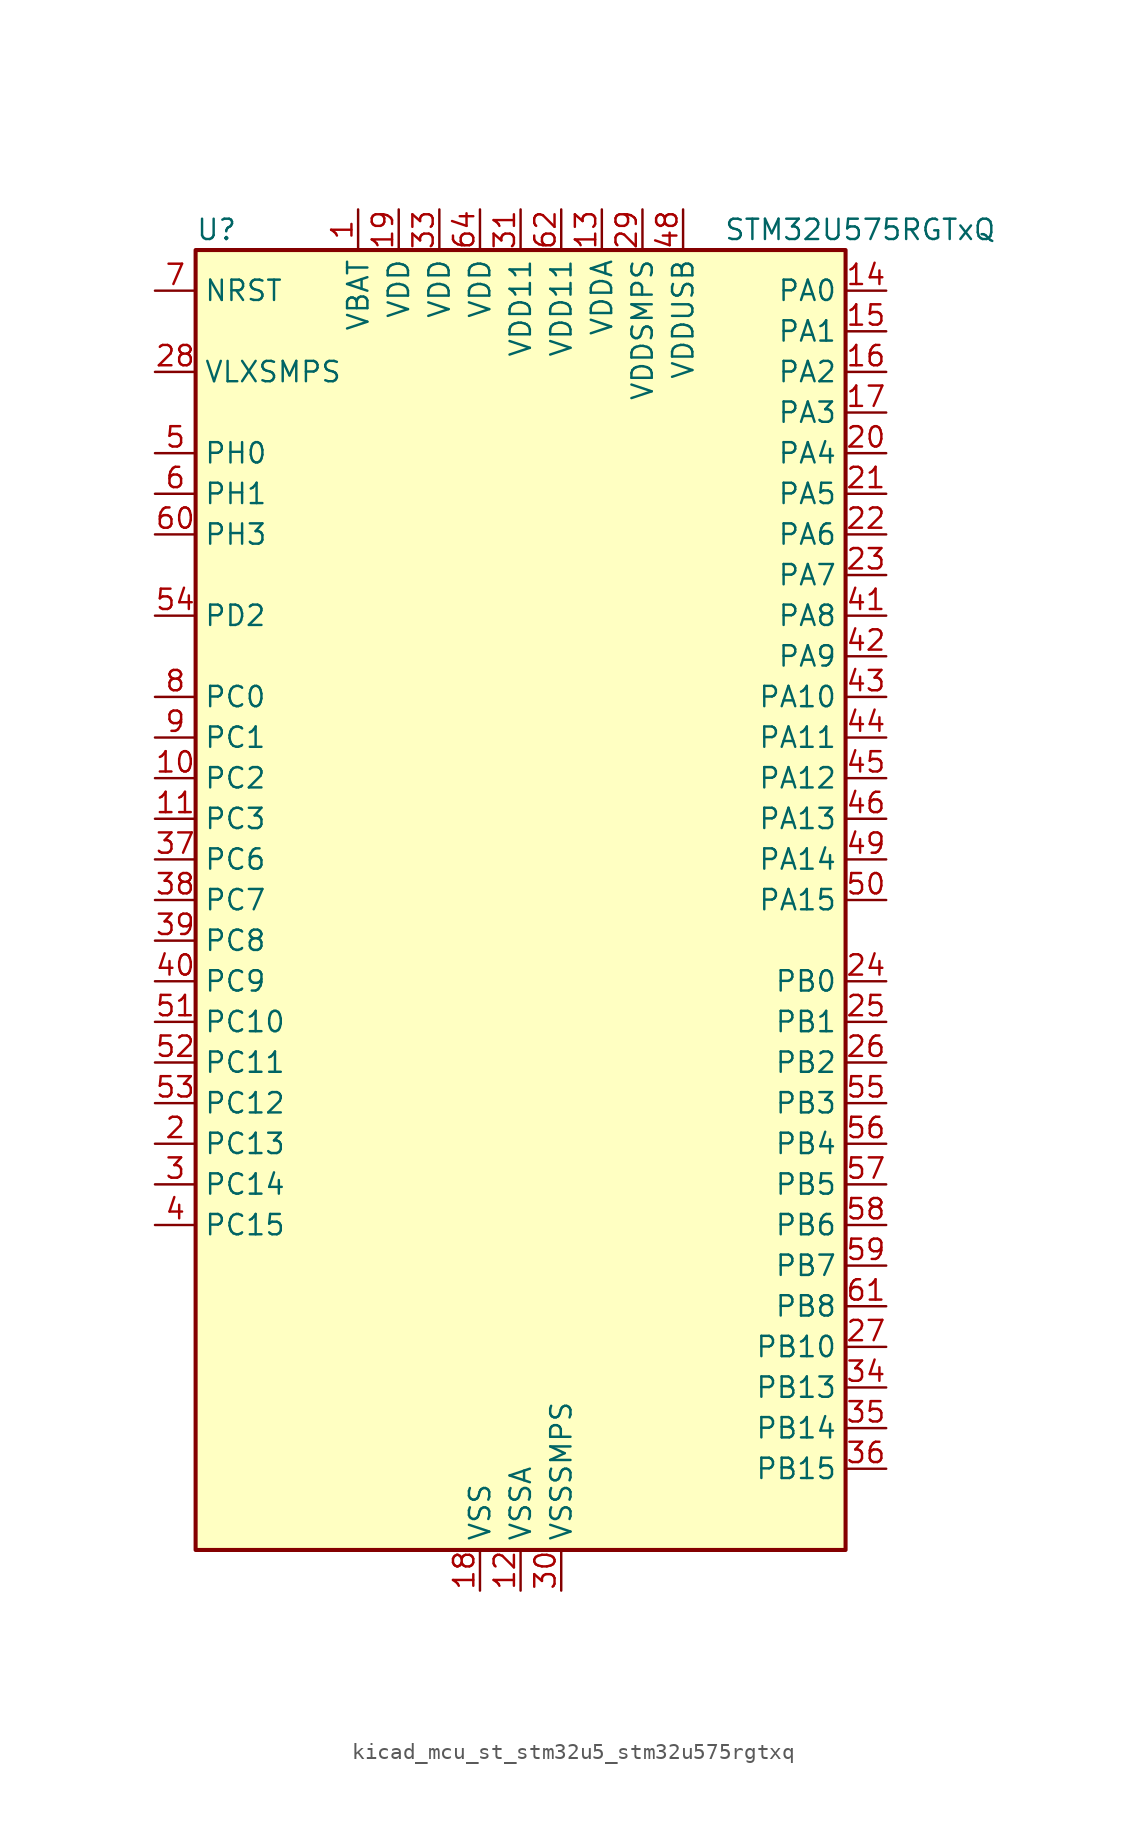
<source format=kicad_sym>
(kicad_symbol_lib
  (version 20220914)
  (generator kicad_symbol_editor)
  (symbol "kicad_mcu_st_stm32u5_stm32u575rgtxq"
    (property "Reference" "U"
      (at -20.32 41.91 0)
      (effects (font (size 1.27 1.27)) (justify left)))
    (property "Value" "STM32U575RGTxQ"
      (at 12.7 41.91 0)
      (effects (font (size 1.27 1.27)) (justify left)))
    (property "ki_locked" ""
      (at 0 0 0)
      (effects (font (size 1.27 1.27))))
    (symbol "kicad_mcu_st_stm32u5_stm32u575rgtxq_0_1"
      (rectangle (start -20.32 -40.64) (end 20.32 40.64) (stroke (width 0.254) (type default)) (fill (type background))))
    (symbol "kicad_mcu_st_stm32u5_stm32u575rgtxq_1_1"
      (pin power_in line (at -10.16 43.18 270) (length 2.54) (name "VBAT" (effects (font (size 1.27 1.27)))) (number "1" (effects (font (size 1.27 1.27)))))
      (pin bidirectional line (at -22.86 7.62 0) (length 2.54) (name "PC2" (effects (font (size 1.27 1.27)))) (number "10" (effects (font (size 1.27 1.27)))) (alternate "ADC1_IN3" bidirectional line) (alternate "ADC4_IN3" bidirectional line) (alternate "LPTIM1_IN2" bidirectional line) (alternate "MDF1_CCK1" bidirectional line) (alternate "OCTOSPIM_P1_IO5" bidirectional line) (alternate "SPI2_MISO" bidirectional line))
      (pin bidirectional line (at -22.86 5.08 0) (length 2.54) (name "PC3" (effects (font (size 1.27 1.27)))) (number "11" (effects (font (size 1.27 1.27)))) (alternate "ADC1_IN4" bidirectional line) (alternate "ADC4_IN4" bidirectional line) (alternate "LPTIM1_ETR" bidirectional line) (alternate "LPTIM2_ETR" bidirectional line) (alternate "LPTIM3_CH1" bidirectional line) (alternate "OCTOSPIM_P1_IO6" bidirectional line) (alternate "SAI1_D1" bidirectional line) (alternate "SAI1_SD_A" bidirectional line) (alternate "SPI2_MOSI" bidirectional line))
      (pin power_in line (at 0 -43.18 90) (length 2.54) (name "VSSA" (effects (font (size 1.27 1.27)))) (number "12" (effects (font (size 1.27 1.27)))))
      (pin power_in line (at 5.08 43.18 270) (length 2.54) (name "VDDA" (effects (font (size 1.27 1.27)))) (number "13" (effects (font (size 1.27 1.27)))))
      (pin bidirectional line (at 22.86 38.1 180) (length 2.54) (name "PA0" (effects (font (size 1.27 1.27)))) (number "14" (effects (font (size 1.27 1.27)))) (alternate "ADC1_IN5" bidirectional line) (alternate "AUDIOCLK" bidirectional line) (alternate "OCTOSPIM_P2_NCS" bidirectional line) (alternate "OPAMP1_VINP" bidirectional line) (alternate "PWR_WKUP1" bidirectional line) (alternate "SDMMC2_CMD" bidirectional line) (alternate "SPI3_RDY" bidirectional line) (alternate "TAMP_IN2" bidirectional line) (alternate "TAMP_OUT1" bidirectional line) (alternate "TIM2_CH1" bidirectional line) (alternate "TIM2_ETR" bidirectional line) (alternate "TIM5_CH1" bidirectional line) (alternate "TIM8_ETR" bidirectional line) (alternate "UART4_TX" bidirectional line) (alternate "USART2_CTS" bidirectional line))
      (pin bidirectional line (at 22.86 35.56 180) (length 2.54) (name "PA1" (effects (font (size 1.27 1.27)))) (number "15" (effects (font (size 1.27 1.27)))) (alternate "ADC1_IN6" bidirectional line) (alternate "I2C1_SMBA" bidirectional line) (alternate "LPTIM1_CH2" bidirectional line) (alternate "OCTOSPIM_P1_DQS" bidirectional line) (alternate "OPAMP1_VINM" bidirectional line) (alternate "PWR_WKUP3" bidirectional line) (alternate "SPI1_SCK" bidirectional line) (alternate "TAMP_IN5" bidirectional line) (alternate "TAMP_OUT4" bidirectional line) (alternate "TIM15_CH1N" bidirectional line) (alternate "TIM2_CH2" bidirectional line) (alternate "TIM5_CH2" bidirectional line) (alternate "UART4_RX" bidirectional line) (alternate "USART2_DE" bidirectional line) (alternate "USART2_RTS" bidirectional line))
      (pin bidirectional line (at 22.86 33.02 180) (length 2.54) (name "PA2" (effects (font (size 1.27 1.27)))) (number "16" (effects (font (size 1.27 1.27)))) (alternate "ADC1_IN7" bidirectional line) (alternate "COMP1_INP" bidirectional line) (alternate "LPUART1_TX" bidirectional line) (alternate "OCTOSPIM_P1_NCS" bidirectional line) (alternate "PWR_WKUP4" bidirectional line) (alternate "RCC_LSCO" bidirectional line) (alternate "SPI1_RDY" bidirectional line) (alternate "TIM15_CH1" bidirectional line) (alternate "TIM2_CH3" bidirectional line) (alternate "TIM5_CH3" bidirectional line) (alternate "UCPD1_FRSTX1" bidirectional line) (alternate "USART2_TX" bidirectional line))
      (pin bidirectional line (at 22.86 30.48 180) (length 2.54) (name "PA3" (effects (font (size 1.27 1.27)))) (number "17" (effects (font (size 1.27 1.27)))) (alternate "ADC1_IN8" bidirectional line) (alternate "LPUART1_RX" bidirectional line) (alternate "OCTOSPIM_P1_CLK" bidirectional line) (alternate "OPAMP1_VOUT" bidirectional line) (alternate "PWR_WKUP5" bidirectional line) (alternate "SAI1_CK1" bidirectional line) (alternate "SAI1_MCLK_A" bidirectional line) (alternate "TIM15_CH2" bidirectional line) (alternate "TIM2_CH4" bidirectional line) (alternate "TIM5_CH4" bidirectional line) (alternate "USART2_RX" bidirectional line))
      (pin power_in line (at -2.54 -43.18 90) (length 2.54) (name "VSS" (effects (font (size 1.27 1.27)))) (number "18" (effects (font (size 1.27 1.27)))))
      (pin power_in line (at -7.62 43.18 270) (length 2.54) (name "VDD" (effects (font (size 1.27 1.27)))) (number "19" (effects (font (size 1.27 1.27)))))
      (pin bidirectional line (at -22.86 -15.24 0) (length 2.54) (name "PC13" (effects (font (size 1.27 1.27)))) (number "2" (effects (font (size 1.27 1.27)))) (alternate "PWR_WKUP2" bidirectional line) (alternate "RTC_OUT1" bidirectional line) (alternate "RTC_TS" bidirectional line) (alternate "TAMP_IN1" bidirectional line) (alternate "TAMP_OUT2" bidirectional line))
      (pin bidirectional line (at 22.86 27.94 180) (length 2.54) (name "PA4" (effects (font (size 1.27 1.27)))) (number "20" (effects (font (size 1.27 1.27)))) (alternate "ADC1_IN9" bidirectional line) (alternate "ADC4_IN9" bidirectional line) (alternate "DAC1_OUT1" bidirectional line) (alternate "LPTIM2_CH1" bidirectional line) (alternate "OCTOSPIM_P1_NCS" bidirectional line) (alternate "PWR_WKUP2" bidirectional line) (alternate "SAI1_FS_B" bidirectional line) (alternate "SPI1_NSS" bidirectional line) (alternate "SPI3_NSS" bidirectional line) (alternate "USART2_CK" bidirectional line))
      (pin bidirectional line (at 22.86 25.4 180) (length 2.54) (name "PA5" (effects (font (size 1.27 1.27)))) (number "21" (effects (font (size 1.27 1.27)))) (alternate "ADC1_IN10" bidirectional line) (alternate "ADC4_IN10" bidirectional line) (alternate "DAC1_OUT2" bidirectional line) (alternate "LPTIM2_ETR" bidirectional line) (alternate "PWR_CSLEEP" bidirectional line) (alternate "PWR_WKUP6" bidirectional line) (alternate "SPI1_SCK" bidirectional line) (alternate "TIM2_CH1" bidirectional line) (alternate "TIM2_ETR" bidirectional line) (alternate "TIM8_CH1N" bidirectional line) (alternate "USART3_RX" bidirectional line))
      (pin bidirectional line (at 22.86 22.86 180) (length 2.54) (name "PA6" (effects (font (size 1.27 1.27)))) (number "22" (effects (font (size 1.27 1.27)))) (alternate "ADC1_IN11" bidirectional line) (alternate "ADC4_IN11" bidirectional line) (alternate "LPUART1_CTS" bidirectional line) (alternate "OCTOSPIM_P1_IO3" bidirectional line) (alternate "OPAMP2_VINP" bidirectional line) (alternate "PWR_CDSTOP" bidirectional line) (alternate "PWR_WKUP7" bidirectional line) (alternate "SPI1_MISO" bidirectional line) (alternate "TIM16_CH1" bidirectional line) (alternate "TIM1_BKIN" bidirectional line) (alternate "TIM3_CH1" bidirectional line) (alternate "TIM8_BKIN" bidirectional line) (alternate "USART3_CTS" bidirectional line))
      (pin bidirectional line (at 22.86 20.32 180) (length 2.54) (name "PA7" (effects (font (size 1.27 1.27)))) (number "23" (effects (font (size 1.27 1.27)))) (alternate "ADC1_IN12" bidirectional line) (alternate "ADC4_IN20" bidirectional line) (alternate "I2C3_SCL" bidirectional line) (alternate "LPTIM2_CH2" bidirectional line) (alternate "OCTOSPIM_P1_IO2" bidirectional line) (alternate "OPAMP2_VINM" bidirectional line) (alternate "PWR_SRDSTOP" bidirectional line) (alternate "PWR_WKUP8" bidirectional line) (alternate "SPI1_MOSI" bidirectional line) (alternate "TIM17_CH1" bidirectional line) (alternate "TIM1_CH1N" bidirectional line) (alternate "TIM3_CH2" bidirectional line) (alternate "TIM8_CH1N" bidirectional line) (alternate "USART3_TX" bidirectional line))
      (pin bidirectional line (at 22.86 -5.08 180) (length 2.54) (name "PB0" (effects (font (size 1.27 1.27)))) (number "24" (effects (font (size 1.27 1.27)))) (alternate "ADC1_IN15" bidirectional line) (alternate "ADC4_IN18" bidirectional line) (alternate "AUDIOCLK" bidirectional line) (alternate "COMP1_OUT" bidirectional line) (alternate "LPTIM3_CH1" bidirectional line) (alternate "OCTOSPIM_P1_IO1" bidirectional line) (alternate "OPAMP2_VOUT" bidirectional line) (alternate "SPI1_NSS" bidirectional line) (alternate "TIM1_CH2N" bidirectional line) (alternate "TIM3_CH3" bidirectional line) (alternate "TIM8_CH2N" bidirectional line) (alternate "USART3_CK" bidirectional line))
      (pin bidirectional line (at 22.86 -7.62 180) (length 2.54) (name "PB1" (effects (font (size 1.27 1.27)))) (number "25" (effects (font (size 1.27 1.27)))) (alternate "ADC1_IN16" bidirectional line) (alternate "ADC4_IN19" bidirectional line) (alternate "COMP1_INM" bidirectional line) (alternate "LPTIM2_IN1" bidirectional line) (alternate "LPTIM3_CH2" bidirectional line) (alternate "LPUART1_DE" bidirectional line) (alternate "LPUART1_RTS" bidirectional line) (alternate "MDF1_SDI0" bidirectional line) (alternate "OCTOSPIM_P1_IO0" bidirectional line) (alternate "PWR_WKUP4" bidirectional line) (alternate "TIM1_CH3N" bidirectional line) (alternate "TIM3_CH4" bidirectional line) (alternate "TIM8_CH3N" bidirectional line) (alternate "USART3_DE" bidirectional line) (alternate "USART3_RTS" bidirectional line))
      (pin bidirectional line (at 22.86 -10.16 180) (length 2.54) (name "PB2" (effects (font (size 1.27 1.27)))) (number "26" (effects (font (size 1.27 1.27)))) (alternate "ADC1_IN17" bidirectional line) (alternate "COMP1_INP" bidirectional line) (alternate "I2C3_SMBA" bidirectional line) (alternate "LPTIM1_CH1" bidirectional line) (alternate "MDF1_CKI0" bidirectional line) (alternate "OCTOSPIM_P1_DQS" bidirectional line) (alternate "PWR_WKUP1" bidirectional line) (alternate "RTC_OUT2" bidirectional line) (alternate "SPI1_RDY" bidirectional line) (alternate "TIM8_CH4N" bidirectional line) (alternate "UCPD1_FRSTX1" bidirectional line))
      (pin bidirectional line (at 22.86 -27.94 180) (length 2.54) (name "PB10" (effects (font (size 1.27 1.27)))) (number "27" (effects (font (size 1.27 1.27)))) (alternate "COMP1_OUT" bidirectional line) (alternate "I2C2_SCL" bidirectional line) (alternate "I2C4_SCL" bidirectional line) (alternate "LPTIM3_CH1" bidirectional line) (alternate "LPUART1_RX" bidirectional line) (alternate "OCTOSPIM_P1_CLK" bidirectional line) (alternate "PWR_WKUP8" bidirectional line) (alternate "SAI1_SCK_A" bidirectional line) (alternate "SPI2_SCK" bidirectional line) (alternate "TIM2_CH3" bidirectional line) (alternate "TSC_SYNC" bidirectional line) (alternate "USART3_TX" bidirectional line))
      (pin power_in line (at -22.86 33.02 0) (length 2.54) (name "VLXSMPS" (effects (font (size 1.27 1.27)))) (number "28" (effects (font (size 1.27 1.27)))))
      (pin power_in line (at 7.62 43.18 270) (length 2.54) (name "VDDSMPS" (effects (font (size 1.27 1.27)))) (number "29" (effects (font (size 1.27 1.27)))))
      (pin bidirectional line (at -22.86 -17.78 0) (length 2.54) (name "PC14" (effects (font (size 1.27 1.27)))) (number "3" (effects (font (size 1.27 1.27)))) (alternate "RCC_OSC32_IN" bidirectional line))
      (pin power_in line (at 2.54 -43.18 90) (length 2.54) (name "VSSSMPS" (effects (font (size 1.27 1.27)))) (number "30" (effects (font (size 1.27 1.27)))))
      (pin power_in line (at 0 43.18 270) (length 2.54) (name "VDD11" (effects (font (size 1.27 1.27)))) (number "31" (effects (font (size 1.27 1.27)))))
      (pin passive line (at -2.54 -43.18 90) (length 2.54) hide (name "VSS" (effects (font (size 1.27 1.27)))) (number "32" (effects (font (size 1.27 1.27)))))
      (pin power_in line (at -5.08 43.18 270) (length 2.54) (name "VDD" (effects (font (size 1.27 1.27)))) (number "33" (effects (font (size 1.27 1.27)))))
      (pin bidirectional line (at 22.86 -30.48 180) (length 2.54) (name "PB13" (effects (font (size 1.27 1.27)))) (number "34" (effects (font (size 1.27 1.27)))) (alternate "I2C2_SCL" bidirectional line) (alternate "LPTIM3_IN1" bidirectional line) (alternate "LPUART1_CTS" bidirectional line) (alternate "MDF1_CKI1" bidirectional line) (alternate "SPI2_SCK" bidirectional line) (alternate "TIM15_CH1N" bidirectional line) (alternate "TIM1_CH1N" bidirectional line) (alternate "TSC_G1_IO2" bidirectional line) (alternate "USART3_CTS" bidirectional line))
      (pin bidirectional line (at 22.86 -33.02 180) (length 2.54) (name "PB14" (effects (font (size 1.27 1.27)))) (number "35" (effects (font (size 1.27 1.27)))) (alternate "I2C2_SDA" bidirectional line) (alternate "LPTIM3_ETR" bidirectional line) (alternate "MDF1_SDI2" bidirectional line) (alternate "SDMMC2_D0" bidirectional line) (alternate "SPI2_MISO" bidirectional line) (alternate "TIM15_CH1" bidirectional line) (alternate "TIM1_CH2N" bidirectional line) (alternate "TIM8_CH2N" bidirectional line) (alternate "TSC_G1_IO3" bidirectional line) (alternate "UCPD1_DBCC2" bidirectional line) (alternate "USART3_DE" bidirectional line) (alternate "USART3_RTS" bidirectional line))
      (pin bidirectional line (at 22.86 -35.56 180) (length 2.54) (name "PB15" (effects (font (size 1.27 1.27)))) (number "36" (effects (font (size 1.27 1.27)))) (alternate "ADC1_EXTI15" bidirectional line) (alternate "ADC4_EXTI15" bidirectional line) (alternate "LPTIM2_IN2" bidirectional line) (alternate "MDF1_CKI2" bidirectional line) (alternate "PWR_WKUP7" bidirectional line) (alternate "RTC_REFIN" bidirectional line) (alternate "SDMMC2_D1" bidirectional line) (alternate "SPI2_MOSI" bidirectional line) (alternate "TIM15_CH2" bidirectional line) (alternate "TIM1_CH3N" bidirectional line) (alternate "TIM8_CH3N" bidirectional line) (alternate "UCPD1_CC2" bidirectional line))
      (pin bidirectional line (at -22.86 2.54 0) (length 2.54) (name "PC6" (effects (font (size 1.27 1.27)))) (number "37" (effects (font (size 1.27 1.27)))) (alternate "MDF1_CKI3" bidirectional line) (alternate "PWR_CSLEEP" bidirectional line) (alternate "SDMMC1_D0DIR" bidirectional line) (alternate "SDMMC1_D6" bidirectional line) (alternate "SDMMC2_D6" bidirectional line) (alternate "TIM3_CH1" bidirectional line) (alternate "TIM8_CH1" bidirectional line) (alternate "TSC_G4_IO1" bidirectional line))
      (pin bidirectional line (at -22.86 0 0) (length 2.54) (name "PC7" (effects (font (size 1.27 1.27)))) (number "38" (effects (font (size 1.27 1.27)))) (alternate "LPTIM2_CH2" bidirectional line) (alternate "MDF1_SDI3" bidirectional line) (alternate "PWR_CDSTOP" bidirectional line) (alternate "SDMMC1_D123DIR" bidirectional line) (alternate "SDMMC1_D7" bidirectional line) (alternate "SDMMC2_D7" bidirectional line) (alternate "TIM3_CH2" bidirectional line) (alternate "TIM8_CH2" bidirectional line) (alternate "TSC_G4_IO2" bidirectional line))
      (pin bidirectional line (at -22.86 -2.54 0) (length 2.54) (name "PC8" (effects (font (size 1.27 1.27)))) (number "39" (effects (font (size 1.27 1.27)))) (alternate "LPTIM3_CH1" bidirectional line) (alternate "PWR_SRDSTOP" bidirectional line) (alternate "SDMMC1_D0" bidirectional line) (alternate "TIM3_CH3" bidirectional line) (alternate "TIM8_CH3" bidirectional line) (alternate "TSC_G4_IO3" bidirectional line))
      (pin bidirectional line (at -22.86 -20.32 0) (length 2.54) (name "PC15" (effects (font (size 1.27 1.27)))) (number "4" (effects (font (size 1.27 1.27)))) (alternate "ADC1_EXTI15" bidirectional line) (alternate "ADC4_EXTI15" bidirectional line) (alternate "RCC_OSC32_OUT" bidirectional line))
      (pin bidirectional line (at -22.86 -5.08 0) (length 2.54) (name "PC9" (effects (font (size 1.27 1.27)))) (number "40" (effects (font (size 1.27 1.27)))) (alternate "DAC1_EXTI9" bidirectional line) (alternate "DEBUG_TRACED0" bidirectional line) (alternate "LPTIM3_CH2" bidirectional line) (alternate "SDMMC1_D1" bidirectional line) (alternate "TIM3_CH4" bidirectional line) (alternate "TIM8_BKIN2" bidirectional line) (alternate "TIM8_CH4" bidirectional line) (alternate "TSC_G4_IO4" bidirectional line) (alternate "USB_OTG_FS_NOE" bidirectional line))
      (pin bidirectional line (at 22.86 17.78 180) (length 2.54) (name "PA8" (effects (font (size 1.27 1.27)))) (number "41" (effects (font (size 1.27 1.27)))) (alternate "DEBUG_TRACECLK" bidirectional line) (alternate "LPTIM2_CH1" bidirectional line) (alternate "RCC_MCO" bidirectional line) (alternate "SAI1_CK2" bidirectional line) (alternate "SAI1_SCK_A" bidirectional line) (alternate "SPI1_RDY" bidirectional line) (alternate "TIM1_CH1" bidirectional line) (alternate "USART1_CK" bidirectional line) (alternate "USB_OTG_FS_SOF" bidirectional line))
      (pin bidirectional line (at 22.86 15.24 180) (length 2.54) (name "PA9" (effects (font (size 1.27 1.27)))) (number "42" (effects (font (size 1.27 1.27)))) (alternate "DAC1_EXTI9" bidirectional line) (alternate "SAI1_FS_A" bidirectional line) (alternate "SPI2_SCK" bidirectional line) (alternate "TIM15_BKIN" bidirectional line) (alternate "TIM1_CH2" bidirectional line) (alternate "USART1_TX" bidirectional line) (alternate "USB_OTG_FS_VBUS" bidirectional line))
      (pin bidirectional line (at 22.86 12.7 180) (length 2.54) (name "PA10" (effects (font (size 1.27 1.27)))) (number "43" (effects (font (size 1.27 1.27)))) (alternate "CRS_SYNC" bidirectional line) (alternate "LPTIM2_IN2" bidirectional line) (alternate "SAI1_D1" bidirectional line) (alternate "SAI1_SD_A" bidirectional line) (alternate "TIM17_BKIN" bidirectional line) (alternate "TIM1_CH3" bidirectional line) (alternate "USART1_RX" bidirectional line) (alternate "USB_OTG_FS_ID" bidirectional line))
      (pin bidirectional line (at 22.86 10.16 180) (length 2.54) (name "PA11" (effects (font (size 1.27 1.27)))) (number "44" (effects (font (size 1.27 1.27)))) (alternate "ADC1_EXTI11" bidirectional line) (alternate "FDCAN1_RX" bidirectional line) (alternate "SPI1_MISO" bidirectional line) (alternate "TIM1_BKIN2" bidirectional line) (alternate "TIM1_CH4" bidirectional line) (alternate "USART1_CTS" bidirectional line) (alternate "USB_OTG_FS_DM" bidirectional line))
      (pin bidirectional line (at 22.86 7.62 180) (length 2.54) (name "PA12" (effects (font (size 1.27 1.27)))) (number "45" (effects (font (size 1.27 1.27)))) (alternate "FDCAN1_TX" bidirectional line) (alternate "OCTOSPIM_P2_NCS" bidirectional line) (alternate "SPI1_MOSI" bidirectional line) (alternate "TIM1_ETR" bidirectional line) (alternate "USART1_DE" bidirectional line) (alternate "USART1_RTS" bidirectional line) (alternate "USB_OTG_FS_DP" bidirectional line))
      (pin bidirectional line (at 22.86 5.08 180) (length 2.54) (name "PA13" (effects (font (size 1.27 1.27)))) (number "46" (effects (font (size 1.27 1.27)))) (alternate "DEBUG_JTMS-SWDIO" bidirectional line) (alternate "IR_OUT" bidirectional line) (alternate "SAI1_SD_B" bidirectional line) (alternate "USB_OTG_FS_NOE" bidirectional line))
      (pin passive line (at -2.54 -43.18 90) (length 2.54) hide (name "VSS" (effects (font (size 1.27 1.27)))) (number "47" (effects (font (size 1.27 1.27)))))
      (pin power_in line (at 10.16 43.18 270) (length 2.54) (name "VDDUSB" (effects (font (size 1.27 1.27)))) (number "48" (effects (font (size 1.27 1.27)))))
      (pin bidirectional line (at 22.86 2.54 180) (length 2.54) (name "PA14" (effects (font (size 1.27 1.27)))) (number "49" (effects (font (size 1.27 1.27)))) (alternate "DEBUG_JTCK-SWCLK" bidirectional line) (alternate "I2C1_SMBA" bidirectional line) (alternate "I2C4_SMBA" bidirectional line) (alternate "LPTIM1_CH1" bidirectional line) (alternate "SAI1_FS_B" bidirectional line) (alternate "USB_OTG_FS_SOF" bidirectional line))
      (pin bidirectional line (at -22.86 27.94 0) (length 2.54) (name "PH0" (effects (font (size 1.27 1.27)))) (number "5" (effects (font (size 1.27 1.27)))) (alternate "RCC_OSC_IN" bidirectional line))
      (pin bidirectional line (at 22.86 0 180) (length 2.54) (name "PA15" (effects (font (size 1.27 1.27)))) (number "50" (effects (font (size 1.27 1.27)))) (alternate "ADC1_EXTI15" bidirectional line) (alternate "ADC4_EXTI15" bidirectional line) (alternate "DEBUG_JTDI" bidirectional line) (alternate "SPI1_NSS" bidirectional line) (alternate "SPI3_NSS" bidirectional line) (alternate "TIM2_CH1" bidirectional line) (alternate "TIM2_ETR" bidirectional line) (alternate "UART4_DE" bidirectional line) (alternate "UART4_RTS" bidirectional line) (alternate "UCPD1_CC1" bidirectional line) (alternate "USART2_RX" bidirectional line) (alternate "USART3_DE" bidirectional line) (alternate "USART3_RTS" bidirectional line))
      (pin bidirectional line (at -22.86 -7.62 0) (length 2.54) (name "PC10" (effects (font (size 1.27 1.27)))) (number "51" (effects (font (size 1.27 1.27)))) (alternate "ADF1_CCK1" bidirectional line) (alternate "DEBUG_TRACED1" bidirectional line) (alternate "LPTIM3_ETR" bidirectional line) (alternate "SDMMC1_D2" bidirectional line) (alternate "SPI3_SCK" bidirectional line) (alternate "TSC_G3_IO2" bidirectional line) (alternate "UART4_TX" bidirectional line) (alternate "USART3_TX" bidirectional line))
      (pin bidirectional line (at -22.86 -10.16 0) (length 2.54) (name "PC11" (effects (font (size 1.27 1.27)))) (number "52" (effects (font (size 1.27 1.27)))) (alternate "ADC1_EXTI11" bidirectional line) (alternate "ADF1_SDI0" bidirectional line) (alternate "LPTIM3_IN1" bidirectional line) (alternate "OCTOSPIM_P1_NCS" bidirectional line) (alternate "SDMMC1_D3" bidirectional line) (alternate "SPI3_MISO" bidirectional line) (alternate "TSC_G3_IO3" bidirectional line) (alternate "UART4_RX" bidirectional line) (alternate "UCPD1_FRSTX2" bidirectional line) (alternate "USART3_RX" bidirectional line))
      (pin bidirectional line (at -22.86 -12.7 0) (length 2.54) (name "PC12" (effects (font (size 1.27 1.27)))) (number "53" (effects (font (size 1.27 1.27)))) (alternate "DEBUG_TRACED3" bidirectional line) (alternate "SDMMC1_CK" bidirectional line) (alternate "SPI3_MOSI" bidirectional line) (alternate "TSC_G3_IO4" bidirectional line) (alternate "UART5_TX" bidirectional line) (alternate "USART3_CK" bidirectional line))
      (pin bidirectional line (at -22.86 17.78 0) (length 2.54) (name "PD2" (effects (font (size 1.27 1.27)))) (number "54" (effects (font (size 1.27 1.27)))) (alternate "DEBUG_TRACED2" bidirectional line) (alternate "LPTIM4_ETR" bidirectional line) (alternate "SDMMC1_CMD" bidirectional line) (alternate "TIM3_ETR" bidirectional line) (alternate "TSC_SYNC" bidirectional line) (alternate "UART5_RX" bidirectional line) (alternate "USART3_DE" bidirectional line) (alternate "USART3_RTS" bidirectional line))
      (pin bidirectional line (at 22.86 -12.7 180) (length 2.54) (name "PB3" (effects (font (size 1.27 1.27)))) (number "55" (effects (font (size 1.27 1.27)))) (alternate "ADF1_CCK0" bidirectional line) (alternate "COMP2_INM" bidirectional line) (alternate "CRS_SYNC" bidirectional line) (alternate "DEBUG_JTDO-SWO" bidirectional line) (alternate "I2C1_SDA" bidirectional line) (alternate "LPTIM1_CH1" bidirectional line) (alternate "SAI1_SCK_B" bidirectional line) (alternate "SDMMC2_D2" bidirectional line) (alternate "SPI1_SCK" bidirectional line) (alternate "SPI3_SCK" bidirectional line) (alternate "TIM2_CH2" bidirectional line) (alternate "USART1_DE" bidirectional line) (alternate "USART1_RTS" bidirectional line))
      (pin bidirectional line (at 22.86 -15.24 180) (length 2.54) (name "PB4" (effects (font (size 1.27 1.27)))) (number "56" (effects (font (size 1.27 1.27)))) (alternate "ADF1_SDI0" bidirectional line) (alternate "COMP2_INP" bidirectional line) (alternate "DEBUG_JTRST" bidirectional line) (alternate "I2C3_SDA" bidirectional line) (alternate "LPTIM1_CH2" bidirectional line) (alternate "SAI1_MCLK_B" bidirectional line) (alternate "SDMMC2_D3" bidirectional line) (alternate "SPI1_MISO" bidirectional line) (alternate "SPI3_MISO" bidirectional line) (alternate "TIM17_BKIN" bidirectional line) (alternate "TIM3_CH1" bidirectional line) (alternate "TSC_G2_IO1" bidirectional line) (alternate "UART5_DE" bidirectional line) (alternate "UART5_RTS" bidirectional line) (alternate "USART1_CTS" bidirectional line))
      (pin bidirectional line (at 22.86 -17.78 180) (length 2.54) (name "PB5" (effects (font (size 1.27 1.27)))) (number "57" (effects (font (size 1.27 1.27)))) (alternate "COMP2_OUT" bidirectional line) (alternate "I2C1_SMBA" bidirectional line) (alternate "LPTIM1_IN1" bidirectional line) (alternate "OCTOSPIM_P1_NCLK" bidirectional line) (alternate "PWR_WKUP6" bidirectional line) (alternate "SAI1_SD_B" bidirectional line) (alternate "SPI1_MOSI" bidirectional line) (alternate "SPI3_MOSI" bidirectional line) (alternate "TIM16_BKIN" bidirectional line) (alternate "TIM3_CH2" bidirectional line) (alternate "TSC_G2_IO2" bidirectional line) (alternate "UART5_CTS" bidirectional line) (alternate "UCPD1_DBCC1" bidirectional line) (alternate "USART1_CK" bidirectional line))
      (pin bidirectional line (at 22.86 -20.32 180) (length 2.54) (name "PB6" (effects (font (size 1.27 1.27)))) (number "58" (effects (font (size 1.27 1.27)))) (alternate "COMP2_INP" bidirectional line) (alternate "I2C1_SCL" bidirectional line) (alternate "I2C4_SCL" bidirectional line) (alternate "LPTIM1_ETR" bidirectional line) (alternate "MDF1_SDI5" bidirectional line) (alternate "PWR_WKUP3" bidirectional line) (alternate "SAI1_FS_B" bidirectional line) (alternate "TIM16_CH1N" bidirectional line) (alternate "TIM4_CH1" bidirectional line) (alternate "TIM8_BKIN2" bidirectional line) (alternate "TSC_G2_IO3" bidirectional line) (alternate "USART1_TX" bidirectional line))
      (pin bidirectional line (at 22.86 -22.86 180) (length 2.54) (name "PB7" (effects (font (size 1.27 1.27)))) (number "59" (effects (font (size 1.27 1.27)))) (alternate "COMP2_INM" bidirectional line) (alternate "I2C1_SDA" bidirectional line) (alternate "I2C4_SDA" bidirectional line) (alternate "LPTIM1_IN2" bidirectional line) (alternate "MDF1_CKI5" bidirectional line) (alternate "PWR_PVD_IN" bidirectional line) (alternate "PWR_WKUP4" bidirectional line) (alternate "TIM17_CH1N" bidirectional line) (alternate "TIM4_CH2" bidirectional line) (alternate "TIM8_BKIN" bidirectional line) (alternate "TSC_G2_IO4" bidirectional line) (alternate "UART4_CTS" bidirectional line) (alternate "USART1_RX" bidirectional line))
      (pin bidirectional line (at -22.86 25.4 0) (length 2.54) (name "PH1" (effects (font (size 1.27 1.27)))) (number "6" (effects (font (size 1.27 1.27)))) (alternate "RCC_OSC_OUT" bidirectional line))
      (pin bidirectional line (at -22.86 22.86 0) (length 2.54) (name "PH3" (effects (font (size 1.27 1.27)))) (number "60" (effects (font (size 1.27 1.27)))))
      (pin bidirectional line (at 22.86 -25.4 180) (length 2.54) (name "PB8" (effects (font (size 1.27 1.27)))) (number "61" (effects (font (size 1.27 1.27)))) (alternate "FDCAN1_RX" bidirectional line) (alternate "I2C1_SCL" bidirectional line) (alternate "MDF1_CCK0" bidirectional line) (alternate "PWR_WKUP5" bidirectional line) (alternate "SAI1_CK1" bidirectional line) (alternate "SAI1_MCLK_A" bidirectional line) (alternate "SDMMC1_CKIN" bidirectional line) (alternate "SDMMC1_D4" bidirectional line) (alternate "SDMMC2_D4" bidirectional line) (alternate "SPI3_RDY" bidirectional line) (alternate "TIM16_CH1" bidirectional line) (alternate "TIM4_CH3" bidirectional line))
      (pin power_in line (at 2.54 43.18 270) (length 2.54) (name "VDD11" (effects (font (size 1.27 1.27)))) (number "62" (effects (font (size 1.27 1.27)))))
      (pin passive line (at -2.54 -43.18 90) (length 2.54) hide (name "VSS" (effects (font (size 1.27 1.27)))) (number "63" (effects (font (size 1.27 1.27)))))
      (pin power_in line (at -2.54 43.18 270) (length 2.54) (name "VDD" (effects (font (size 1.27 1.27)))) (number "64" (effects (font (size 1.27 1.27)))))
      (pin input line (at -22.86 38.1 0) (length 2.54) (name "NRST" (effects (font (size 1.27 1.27)))) (number "7" (effects (font (size 1.27 1.27)))))
      (pin bidirectional line (at -22.86 12.7 0) (length 2.54) (name "PC0" (effects (font (size 1.27 1.27)))) (number "8" (effects (font (size 1.27 1.27)))) (alternate "ADC1_IN1" bidirectional line) (alternate "ADC4_IN1" bidirectional line) (alternate "I2C3_SCL" bidirectional line) (alternate "LPTIM1_IN1" bidirectional line) (alternate "LPTIM2_IN1" bidirectional line) (alternate "LPUART1_RX" bidirectional line) (alternate "MDF1_SDI4" bidirectional line) (alternate "OCTOSPIM_P1_IO7" bidirectional line) (alternate "SDMMC1_D5" bidirectional line) (alternate "SPI2_RDY" bidirectional line))
      (pin bidirectional line (at -22.86 10.16 0) (length 2.54) (name "PC1" (effects (font (size 1.27 1.27)))) (number "9" (effects (font (size 1.27 1.27)))) (alternate "ADC1_IN2" bidirectional line) (alternate "ADC4_IN2" bidirectional line) (alternate "DEBUG_TRACED0" bidirectional line) (alternate "I2C3_SDA" bidirectional line) (alternate "LPTIM1_CH1" bidirectional line) (alternate "LPUART1_TX" bidirectional line) (alternate "MDF1_CKI4" bidirectional line) (alternate "OCTOSPIM_P1_IO4" bidirectional line) (alternate "SAI1_SD_A" bidirectional line) (alternate "SDMMC2_CK" bidirectional line) (alternate "SPI2_MOSI" bidirectional line)))))
</source>
